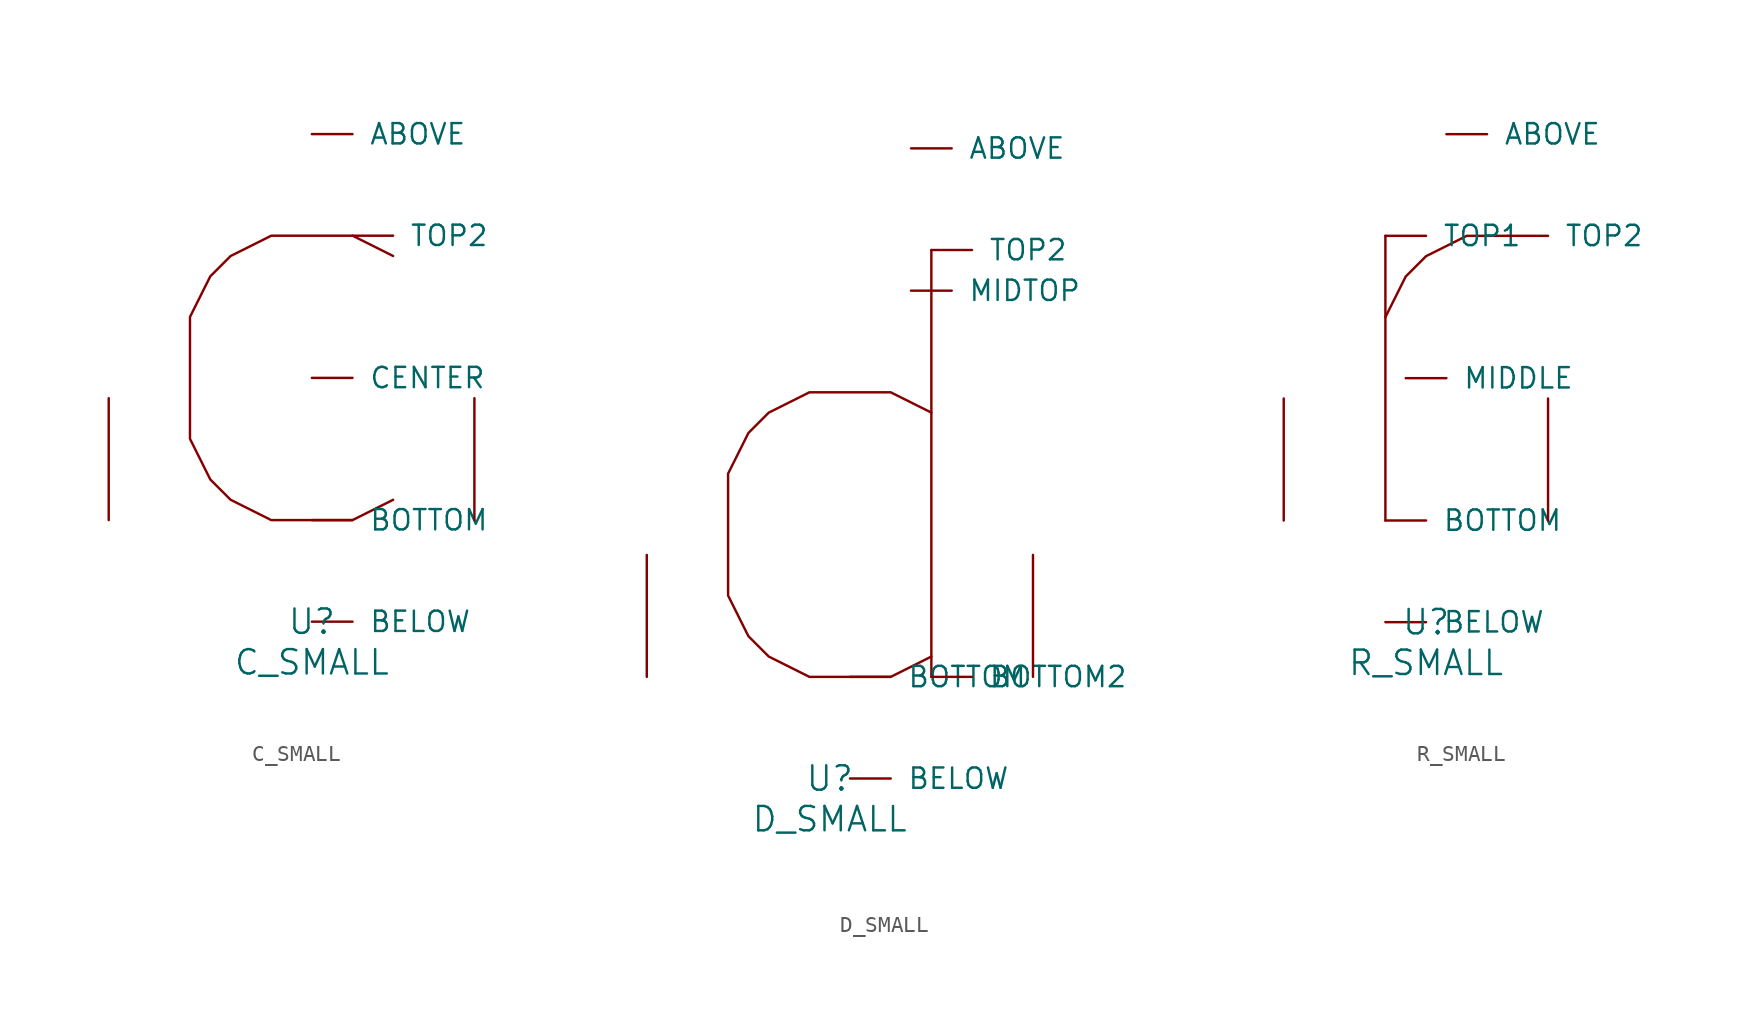
<source format=kicad_sym>
(kicad_symbol_lib
  (version 20220914)
  (generator font_lib2sym)
  (symbol "C_SMALL"
    (pin_names
      (offset 1.016))
    (property "Reference" "U"
      (at 0 -6.35 0)
      (effects (font (size 1.524 1.524))))
    (property "Value" "C_SMALL"
      (at 0 -8.89 0)
      (effects (font (size 1.524 1.524))))
    (symbol "C_SMALL_0_1"
      (polyline (pts (xy 5.08 1.27) (xy 2.54 0) (xy -2.54 0) (xy -5.08 1.27) (xy -6.35 2.54) (xy -7.62 5.08) (xy -7.62 12.7) (xy -6.35 15.24) (xy -5.08 16.51) (xy -2.54 17.78) (xy 2.54 17.78) (xy 5.08 16.51)) (stroke (width 0) (type solid)) (fill (type none)))
      (pin input line (at 0 24.13 0) (length 2.54) (name "ABOVE" (effects (font (size 1.27 1.27)))) (number "~" (effects (font (size 1.27 1.27)))))
      (pin input line (at 0 -6.35 0) (length 2.54) (name "BELOW" (effects (font (size 1.27 1.27)))) (number "~" (effects (font (size 1.27 1.27)))))
      (pin input line (at 0 0 0) (length 2.54) (name "BOTTOM" (effects (font (size 1.27 1.27)))) (number "~" (effects (font (size 1.27 1.27)))))
      (pin input line (at 0 8.89 0) (length 2.54) (name "CENTER" (effects (font (size 1.27 1.27)))) (number "~" (effects (font (size 1.27 1.27)))))
      (pin input line (at 2.54 17.78 0) (length 2.54) (name "TOP2" (effects (font (size 1.27 1.27)))) (number "~" (effects (font (size 1.27 1.27)))))
      (pin input line (at -12.7 0 90) (length 7.62) (name "~" (effects (font (size 1.27 1.27)))) (number "~" (effects (font (size 1.27 1.27)))))
      (pin input line (at 10.16 0 90) (length 7.62) (name "~" (effects (font (size 1.27 1.27)))) (number "~" (effects (font (size 1.27 1.27)))))))
  (symbol "D_SMALL"
    (pin_names
      (offset 1.016))
    (property "Reference" "U"
      (at 0 -6.35 0)
      (effects (font (size 1.524 1.524))))
    (property "Value" "D_SMALL"
      (at 0 -8.89 0)
      (effects (font (size 1.524 1.524))))
    (symbol "D_SMALL_0_1"
      (polyline (pts (xy 6.35 0) (xy 6.35 26.67)) (stroke (width 0) (type solid)) (fill (type none)))
      (polyline (pts (xy 6.35 1.27) (xy 3.81 0) (xy -1.27 0) (xy -3.81 1.27) (xy -5.08 2.54) (xy -6.35 5.08) (xy -6.35 12.7) (xy -5.08 15.24) (xy -3.81 16.51) (xy -1.27 17.78) (xy 3.81 17.78) (xy 6.35 16.51)) (stroke (width 0) (type solid)) (fill (type none)))
      (pin input line (at 5.08 33.02 0) (length 2.54) (name "ABOVE" (effects (font (size 1.27 1.27)))) (number "~" (effects (font (size 1.27 1.27)))))
      (pin input line (at 1.27 -6.35 0) (length 2.54) (name "BELOW" (effects (font (size 1.27 1.27)))) (number "~" (effects (font (size 1.27 1.27)))))
      (pin input line (at 1.27 0 0) (length 2.54) (name "BOTTOM" (effects (font (size 1.27 1.27)))) (number "~" (effects (font (size 1.27 1.27)))))
      (pin input line (at 6.35 0 0) (length 2.54) (name "BOTTOM2" (effects (font (size 1.27 1.27)))) (number "~" (effects (font (size 1.27 1.27)))))
      (pin input line (at 5.08 24.13 0) (length 2.54) (name "MIDTOP" (effects (font (size 1.27 1.27)))) (number "~" (effects (font (size 1.27 1.27)))))
      (pin input line (at 6.35 26.67 0) (length 2.54) (name "TOP2" (effects (font (size 1.27 1.27)))) (number "~" (effects (font (size 1.27 1.27)))))
      (pin input line (at -11.43 0 90) (length 7.62) (name "~" (effects (font (size 1.27 1.27)))) (number "~" (effects (font (size 1.27 1.27)))))
      (pin input line (at 12.7 0 90) (length 7.62) (name "~" (effects (font (size 1.27 1.27)))) (number "~" (effects (font (size 1.27 1.27)))))))
  (symbol "R_SMALL"
    (pin_names
      (offset 1.016))
    (property "Reference" "U"
      (at 0 -6.35 0)
      (effects (font (size 1.524 1.524))))
    (property "Value" "R_SMALL"
      (at 0 -8.89 0)
      (effects (font (size 1.524 1.524))))
    (symbol "R_SMALL_0_1"
      (polyline (pts (xy -2.54 0) (xy -2.54 17.78)) (stroke (width 0) (type solid)) (fill (type none)))
      (polyline (pts (xy -2.54 12.7) (xy -1.27 15.24) (xy 0 16.51) (xy 2.54 17.78) (xy 5.08 17.78)) (stroke (width 0) (type solid)) (fill (type none)))
      (pin input line (at 1.27 24.13 0) (length 2.54) (name "ABOVE" (effects (font (size 1.27 1.27)))) (number "~" (effects (font (size 1.27 1.27)))))
      (pin input line (at -2.54 -6.35 0) (length 2.54) (name "BELOW" (effects (font (size 1.27 1.27)))) (number "~" (effects (font (size 1.27 1.27)))))
      (pin input line (at -2.54 0 0) (length 2.54) (name "BOTTOM" (effects (font (size 1.27 1.27)))) (number "~" (effects (font (size 1.27 1.27)))))
      (pin input line (at -1.27 8.89 0) (length 2.54) (name "MIDDLE" (effects (font (size 1.27 1.27)))) (number "~" (effects (font (size 1.27 1.27)))))
      (pin input line (at -2.54 17.78 0) (length 2.54) (name "TOP1" (effects (font (size 1.27 1.27)))) (number "~" (effects (font (size 1.27 1.27)))))
      (pin input line (at 5.08 17.78 0) (length 2.54) (name "TOP2" (effects (font (size 1.27 1.27)))) (number "~" (effects (font (size 1.27 1.27)))))
      (pin input line (at -8.89 0 90) (length 7.62) (name "~" (effects (font (size 1.27 1.27)))) (number "~" (effects (font (size 1.27 1.27)))))
      (pin input line (at 7.62 0 90) (length 7.62) (name "~" (effects (font (size 1.27 1.27)))) (number "~" (effects (font (size 1.27 1.27))))))))
</source>
